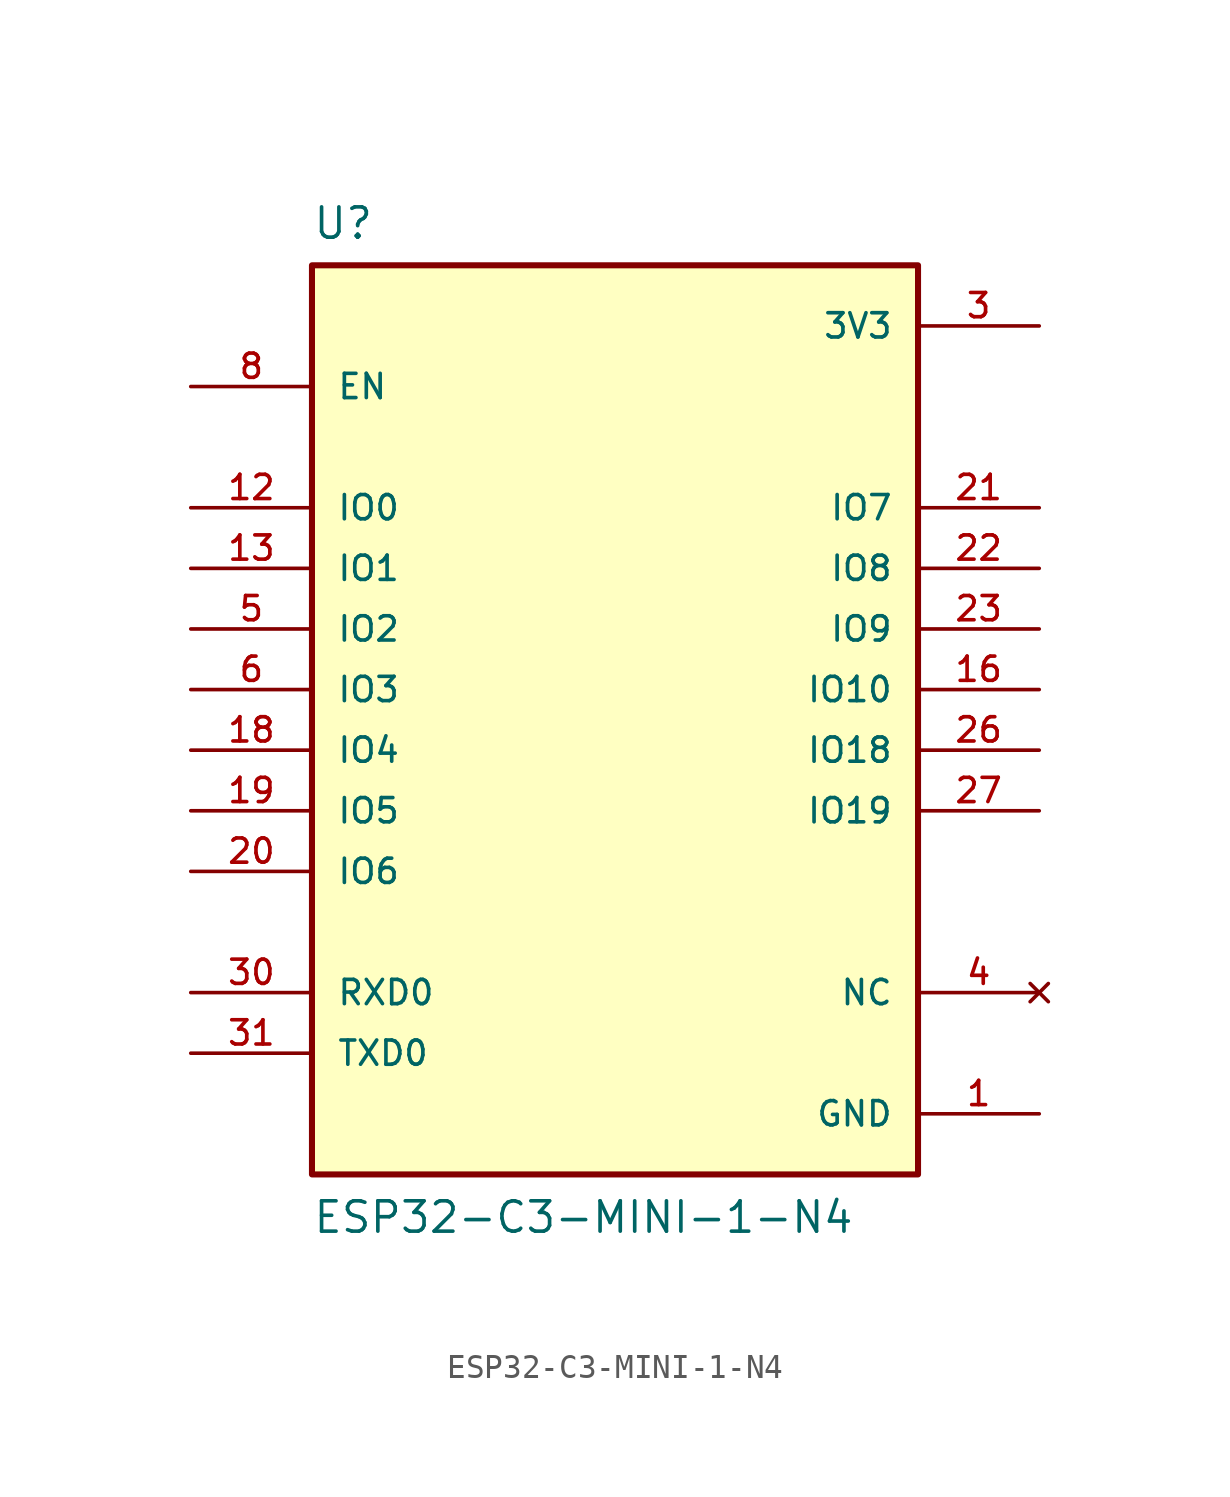
<source format=kicad_sym>
(kicad_symbol_lib
  (version 20211014)
  (generator kicad_symbol_editor)
  (symbol "ESP32-C3-MINI-1-N4"
    (pin_names
      (offset 1.016))
    (property "Reference" "U"
      (at -12.7 18.796 0)
      (effects (font (size 1.27 1.27)) (justify bottom left)))
    (property "Value" "ESP32-C3-MINI-1-N4"
      (at -12.7 -22.86 0)
      (effects (font (size 1.27 1.27)) (justify bottom left)))
    (symbol "ESP32-C3-MINI-1-N4_0_0"
      (rectangle (start -12.7 -20.32) (end 12.7 17.78) (stroke (width 0.254)) (fill (type background)))
      (pin power_in line (at 17.78 -17.78 180.0) (length 5.08) (name "GND" (effects (font (size 1.016 1.016)))) (number "1" (effects (font (size 1.016 1.016)))))
      (pin power_in line (at 17.78 -17.78 180.0) (length 5.08) hide (name "GND" (effects (font (size 1.016 1.016)))) (number "2" (effects (font (size 1.016 1.016)))))
      (pin power_in line (at 17.78 -17.78 180.0) (length 5.08) hide (name "GND" (effects (font (size 1.016 1.016)))) (number "11" (effects (font (size 1.016 1.016)))))
      (pin power_in line (at 17.78 -17.78 180.0) (length 5.08) hide (name "GND" (effects (font (size 1.016 1.016)))) (number "14" (effects (font (size 1.016 1.016)))))
      (pin power_in line (at 17.78 -17.78 180.0) (length 5.08) hide (name "GND" (effects (font (size 1.016 1.016)))) (number "36" (effects (font (size 1.016 1.016)))))
      (pin power_in line (at 17.78 -17.78 180.0) (length 5.08) hide (name "GND" (effects (font (size 1.016 1.016)))) (number "37" (effects (font (size 1.016 1.016)))))
      (pin power_in line (at 17.78 -17.78 180.0) (length 5.08) hide (name "GND" (effects (font (size 1.016 1.016)))) (number "38" (effects (font (size 1.016 1.016)))))
      (pin power_in line (at 17.78 -17.78 180.0) (length 5.08) hide (name "GND" (effects (font (size 1.016 1.016)))) (number "39" (effects (font (size 1.016 1.016)))))
      (pin power_in line (at 17.78 -17.78 180.0) (length 5.08) hide (name "GND" (effects (font (size 1.016 1.016)))) (number "40" (effects (font (size 1.016 1.016)))))
      (pin power_in line (at 17.78 -17.78 180.0) (length 5.08) hide (name "GND" (effects (font (size 1.016 1.016)))) (number "41" (effects (font (size 1.016 1.016)))))
      (pin power_in line (at 17.78 -17.78 180.0) (length 5.08) hide (name "GND" (effects (font (size 1.016 1.016)))) (number "42" (effects (font (size 1.016 1.016)))))
      (pin power_in line (at 17.78 -17.78 180.0) (length 5.08) hide (name "GND" (effects (font (size 1.016 1.016)))) (number "43" (effects (font (size 1.016 1.016)))))
      (pin power_in line (at 17.78 -17.78 180.0) (length 5.08) hide (name "GND" (effects (font (size 1.016 1.016)))) (number "44" (effects (font (size 1.016 1.016)))))
      (pin power_in line (at 17.78 -17.78 180.0) (length 5.08) hide (name "GND" (effects (font (size 1.016 1.016)))) (number "45" (effects (font (size 1.016 1.016)))))
      (pin power_in line (at 17.78 -17.78 180.0) (length 5.08) hide (name "GND" (effects (font (size 1.016 1.016)))) (number "46" (effects (font (size 1.016 1.016)))))
      (pin power_in line (at 17.78 -17.78 180.0) (length 5.08) hide (name "GND" (effects (font (size 1.016 1.016)))) (number "47" (effects (font (size 1.016 1.016)))))
      (pin power_in line (at 17.78 -17.78 180.0) (length 5.08) hide (name "GND" (effects (font (size 1.016 1.016)))) (number "48" (effects (font (size 1.016 1.016)))))
      (pin power_in line (at 17.78 -17.78 180.0) (length 5.08) hide (name "GND" (effects (font (size 1.016 1.016)))) (number "49_1" (effects (font (size 1.016 1.016)))))
      (pin power_in line (at 17.78 -17.78 180.0) (length 5.08) hide (name "GND" (effects (font (size 1.016 1.016)))) (number "49_2" (effects (font (size 1.016 1.016)))))
      (pin power_in line (at 17.78 -17.78 180.0) (length 5.08) hide (name "GND" (effects (font (size 1.016 1.016)))) (number "49_3" (effects (font (size 1.016 1.016)))))
      (pin power_in line (at 17.78 -17.78 180.0) (length 5.08) hide (name "GND" (effects (font (size 1.016 1.016)))) (number "49_4" (effects (font (size 1.016 1.016)))))
      (pin power_in line (at 17.78 -17.78 180.0) (length 5.08) hide (name "GND" (effects (font (size 1.016 1.016)))) (number "49_5" (effects (font (size 1.016 1.016)))))
      (pin power_in line (at 17.78 -17.78 180.0) (length 5.08) hide (name "GND" (effects (font (size 1.016 1.016)))) (number "49_6" (effects (font (size 1.016 1.016)))))
      (pin power_in line (at 17.78 -17.78 180.0) (length 5.08) hide (name "GND" (effects (font (size 1.016 1.016)))) (number "49_7" (effects (font (size 1.016 1.016)))))
      (pin power_in line (at 17.78 -17.78 180.0) (length 5.08) hide (name "GND" (effects (font (size 1.016 1.016)))) (number "49_8" (effects (font (size 1.016 1.016)))))
      (pin power_in line (at 17.78 -17.78 180.0) (length 5.08) hide (name "GND" (effects (font (size 1.016 1.016)))) (number "49_9" (effects (font (size 1.016 1.016)))))
      (pin power_in line (at 17.78 -17.78 180.0) (length 5.08) hide (name "GND" (effects (font (size 1.016 1.016)))) (number "50" (effects (font (size 1.016 1.016)))))
      (pin power_in line (at 17.78 -17.78 180.0) (length 5.08) hide (name "GND" (effects (font (size 1.016 1.016)))) (number "51" (effects (font (size 1.016 1.016)))))
      (pin power_in line (at 17.78 -17.78 180.0) (length 5.08) hide (name "GND" (effects (font (size 1.016 1.016)))) (number "52" (effects (font (size 1.016 1.016)))))
      (pin power_in line (at 17.78 -17.78 180.0) (length 5.08) hide (name "GND" (effects (font (size 1.016 1.016)))) (number "53" (effects (font (size 1.016 1.016)))))
      (pin power_in line (at 17.78 15.24 180.0) (length 5.08) (name "3V3" (effects (font (size 1.016 1.016)))) (number "3" (effects (font (size 1.016 1.016)))))
      (pin no_connect line (at 17.78 -12.7 180.0) (length 5.08) (name "NC" (effects (font (size 1.016 1.016)))) (number "4" (effects (font (size 1.016 1.016)))))
      (pin no_connect line (at 17.78 -12.7 180.0) (length 5.08) hide (name "NC" (effects (font (size 1.016 1.016)))) (number "7" (effects (font (size 1.016 1.016)))))
      (pin no_connect line (at 17.78 -12.7 180.0) (length 5.08) hide (name "NC" (effects (font (size 1.016 1.016)))) (number "9" (effects (font (size 1.016 1.016)))))
      (pin no_connect line (at 17.78 -12.7 180.0) (length 5.08) hide (name "NC" (effects (font (size 1.016 1.016)))) (number "10" (effects (font (size 1.016 1.016)))))
      (pin no_connect line (at 17.78 -12.7 180.0) (length 5.08) hide (name "NC" (effects (font (size 1.016 1.016)))) (number "15" (effects (font (size 1.016 1.016)))))
      (pin no_connect line (at 17.78 -12.7 180.0) (length 5.08) hide (name "NC" (effects (font (size 1.016 1.016)))) (number "17" (effects (font (size 1.016 1.016)))))
      (pin no_connect line (at 17.78 -12.7 180.0) (length 5.08) hide (name "NC" (effects (font (size 1.016 1.016)))) (number "24" (effects (font (size 1.016 1.016)))))
      (pin no_connect line (at 17.78 -12.7 180.0) (length 5.08) hide (name "NC" (effects (font (size 1.016 1.016)))) (number "25" (effects (font (size 1.016 1.016)))))
      (pin no_connect line (at 17.78 -12.7 180.0) (length 5.08) hide (name "NC" (effects (font (size 1.016 1.016)))) (number "28" (effects (font (size 1.016 1.016)))))
      (pin no_connect line (at 17.78 -12.7 180.0) (length 5.08) hide (name "NC" (effects (font (size 1.016 1.016)))) (number "29" (effects (font (size 1.016 1.016)))))
      (pin no_connect line (at 17.78 -12.7 180.0) (length 5.08) hide (name "NC" (effects (font (size 1.016 1.016)))) (number "32" (effects (font (size 1.016 1.016)))))
      (pin no_connect line (at 17.78 -12.7 180.0) (length 5.08) hide (name "NC" (effects (font (size 1.016 1.016)))) (number "33" (effects (font (size 1.016 1.016)))))
      (pin no_connect line (at 17.78 -12.7 180.0) (length 5.08) hide (name "NC" (effects (font (size 1.016 1.016)))) (number "34" (effects (font (size 1.016 1.016)))))
      (pin no_connect line (at 17.78 -12.7 180.0) (length 5.08) hide (name "NC" (effects (font (size 1.016 1.016)))) (number "35" (effects (font (size 1.016 1.016)))))
      (pin bidirectional line (at -17.78 2.54 0) (length 5.08) (name "IO2" (effects (font (size 1.016 1.016)))) (number "5" (effects (font (size 1.016 1.016)))))
      (pin bidirectional line (at -17.78 0.0 0) (length 5.08) (name "IO3" (effects (font (size 1.016 1.016)))) (number "6" (effects (font (size 1.016 1.016)))))
      (pin input line (at -17.78 12.7 0) (length 5.08) (name "EN" (effects (font (size 1.016 1.016)))) (number "8" (effects (font (size 1.016 1.016)))))
      (pin bidirectional line (at -17.78 7.62 0) (length 5.08) (name "IO0" (effects (font (size 1.016 1.016)))) (number "12" (effects (font (size 1.016 1.016)))))
      (pin bidirectional line (at -17.78 5.08 0) (length 5.08) (name "IO1" (effects (font (size 1.016 1.016)))) (number "13" (effects (font (size 1.016 1.016)))))
      (pin bidirectional line (at 17.78 0.0 180.0) (length 5.08) (name "IO10" (effects (font (size 1.016 1.016)))) (number "16" (effects (font (size 1.016 1.016)))))
      (pin bidirectional line (at -17.78 -2.54 0) (length 5.08) (name "IO4" (effects (font (size 1.016 1.016)))) (number "18" (effects (font (size 1.016 1.016)))))
      (pin bidirectional line (at -17.78 -5.08 0) (length 5.08) (name "IO5" (effects (font (size 1.016 1.016)))) (number "19" (effects (font (size 1.016 1.016)))))
      (pin bidirectional line (at -17.78 -7.62 0) (length 5.08) (name "IO6" (effects (font (size 1.016 1.016)))) (number "20" (effects (font (size 1.016 1.016)))))
      (pin bidirectional line (at 17.78 7.62 180.0) (length 5.08) (name "IO7" (effects (font (size 1.016 1.016)))) (number "21" (effects (font (size 1.016 1.016)))))
      (pin bidirectional line (at 17.78 5.08 180.0) (length 5.08) (name "IO8" (effects (font (size 1.016 1.016)))) (number "22" (effects (font (size 1.016 1.016)))))
      (pin bidirectional line (at 17.78 2.54 180.0) (length 5.08) (name "IO9" (effects (font (size 1.016 1.016)))) (number "23" (effects (font (size 1.016 1.016)))))
      (pin bidirectional line (at 17.78 -2.54 180.0) (length 5.08) (name "IO18" (effects (font (size 1.016 1.016)))) (number "26" (effects (font (size 1.016 1.016)))))
      (pin bidirectional line (at 17.78 -5.08 180.0) (length 5.08) (name "IO19" (effects (font (size 1.016 1.016)))) (number "27" (effects (font (size 1.016 1.016)))))
      (pin bidirectional line (at -17.78 -12.7 0) (length 5.08) (name "RXD0" (effects (font (size 1.016 1.016)))) (number "30" (effects (font (size 1.016 1.016)))))
      (pin bidirectional line (at -17.78 -15.24 0) (length 5.08) (name "TXD0" (effects (font (size 1.016 1.016)))) (number "31" (effects (font (size 1.016 1.016))))))))
</source>
